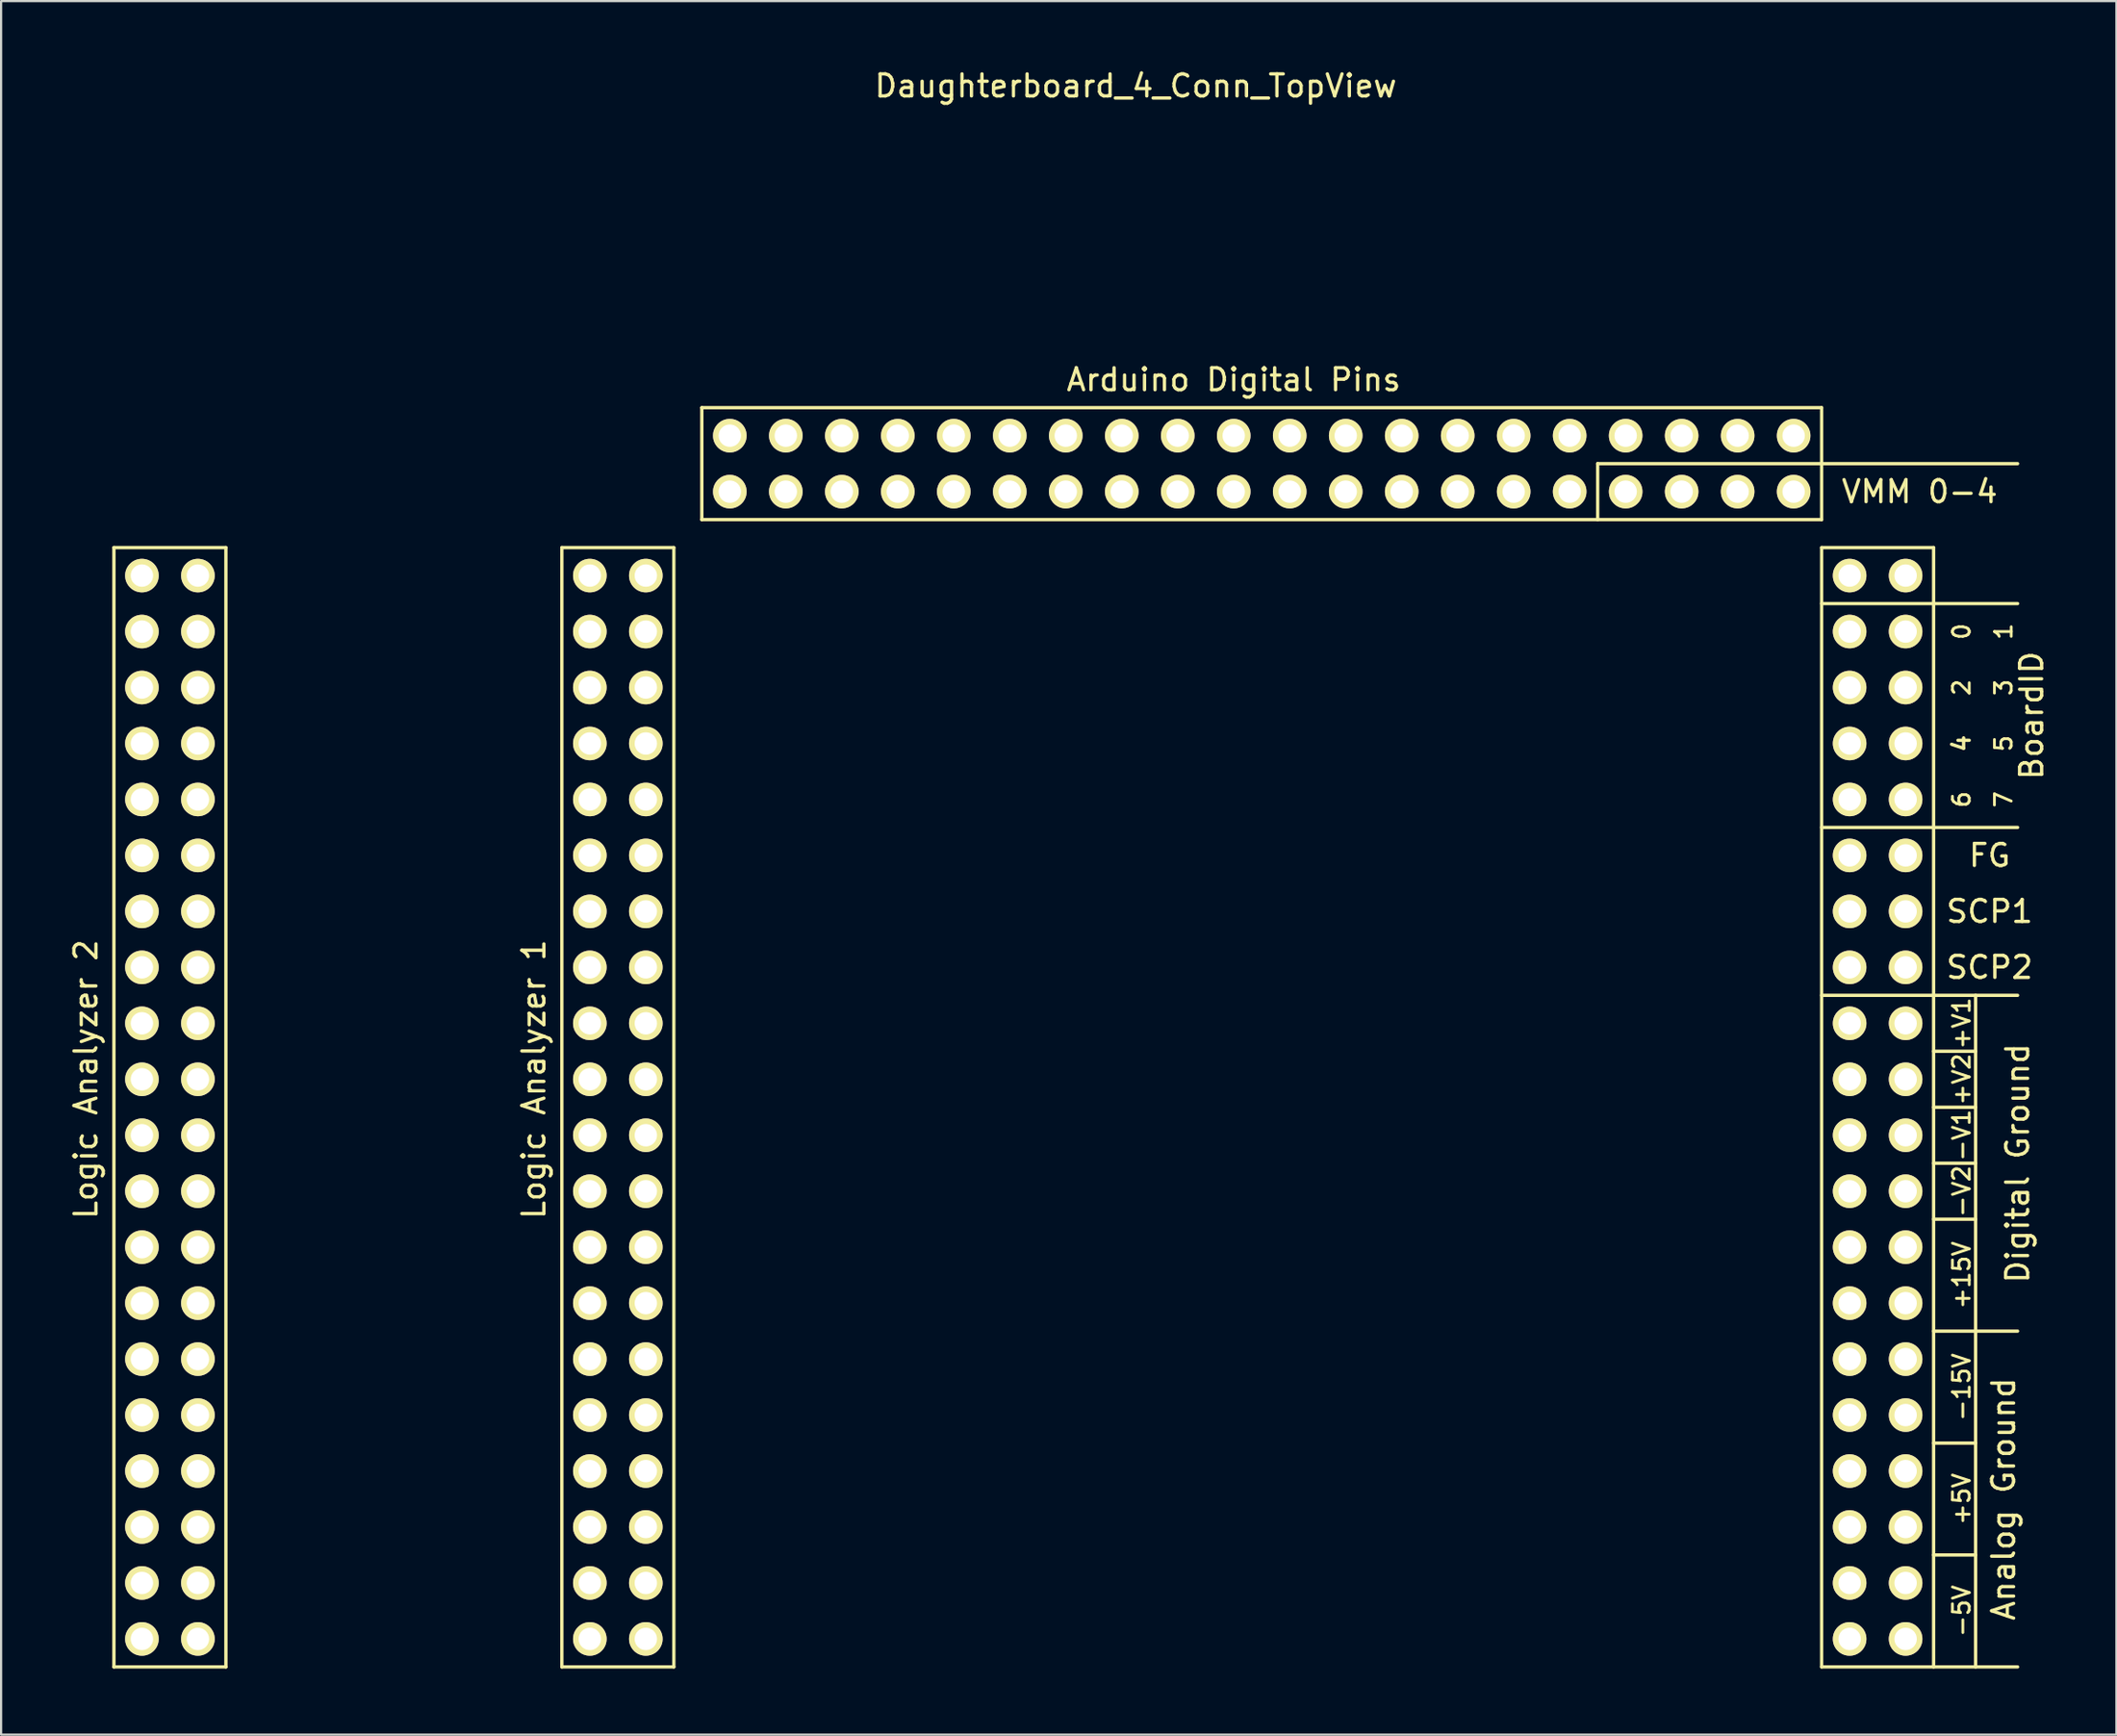
<source format=kicad_pcb>
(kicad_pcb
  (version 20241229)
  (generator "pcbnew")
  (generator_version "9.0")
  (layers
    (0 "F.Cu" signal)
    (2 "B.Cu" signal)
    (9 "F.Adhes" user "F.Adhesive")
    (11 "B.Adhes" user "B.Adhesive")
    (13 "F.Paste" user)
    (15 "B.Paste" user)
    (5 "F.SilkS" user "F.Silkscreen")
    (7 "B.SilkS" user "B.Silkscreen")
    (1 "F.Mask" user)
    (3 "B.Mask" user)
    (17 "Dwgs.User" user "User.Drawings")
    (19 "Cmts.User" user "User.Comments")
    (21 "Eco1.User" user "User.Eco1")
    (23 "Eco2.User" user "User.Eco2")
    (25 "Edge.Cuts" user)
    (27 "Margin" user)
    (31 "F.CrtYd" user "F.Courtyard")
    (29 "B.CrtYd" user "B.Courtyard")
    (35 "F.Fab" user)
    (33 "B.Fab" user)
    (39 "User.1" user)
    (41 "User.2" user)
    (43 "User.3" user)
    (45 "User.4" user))
  (footprint "Daughterboard_4_Conn_TopView"
    (layer "F.Cu")
    (at 84.668 15.453)
    (property "Reference" "Daughterboard_4_Conn_TopView" (at -36.195 -14.605 0) (layer "F.SilkS") (effects (font (size 1 1) (thickness 0.15))))
    (attr through_hole)
    (fp_line (start -82.55 6.35) (end -77.47 6.35) (stroke (width 0.15) (type solid)) (layer "F.SilkS"))
    (fp_line (start -82.55 57.15) (end -82.55 6.35) (stroke (width 0.15) (type solid)) (layer "F.SilkS"))
    (fp_line (start -77.47 6.35) (end -77.47 57.15) (stroke (width 0.15) (type solid)) (layer "F.SilkS"))
    (fp_line (start -77.47 57.15) (end -82.55 57.15) (stroke (width 0.15) (type solid)) (layer "F.SilkS"))
    (fp_line (start -62.23 6.35) (end -57.15 6.35) (stroke (width 0.15) (type solid)) (layer "F.SilkS"))
    (fp_line (start -62.23 57.15) (end -62.23 6.35) (stroke (width 0.15) (type solid)) (layer "F.SilkS"))
    (fp_line (start -57.15 6.35) (end -57.15 57.15) (stroke (width 0.15) (type solid)) (layer "F.SilkS"))
    (fp_line (start -57.15 57.15) (end -62.23 57.15) (stroke (width 0.15) (type solid)) (layer "F.SilkS"))
    (fp_line (start -55.88 0) (end -55.88 5.08) (stroke (width 0.15) (type solid)) (layer "F.SilkS"))
    (fp_line (start -55.88 5.08) (end -5.08 5.08) (stroke (width 0.15) (type solid)) (layer "F.SilkS"))
    (fp_line (start -15.24 2.54) (end -15.24 5.08) (stroke (width 0.15) (type solid)) (layer "F.SilkS"))
    (fp_line (start -15.24 2.54) (end 3.81 2.54) (stroke (width 0.15) (type solid)) (layer "F.SilkS"))
    (fp_line (start -5.08 0) (end -55.88 0) (stroke (width 0.15) (type solid)) (layer "F.SilkS"))
    (fp_line (start -5.08 5.08) (end -5.08 0) (stroke (width 0.15) (type solid)) (layer "F.SilkS"))
    (fp_line (start -5.08 6.35) (end 0 6.35) (stroke (width 0.15) (type solid)) (layer "F.SilkS"))
    (fp_line (start -5.08 8.89) (end 3.81 8.89) (stroke (width 0.15) (type solid)) (layer "F.SilkS"))
    (fp_line (start -5.08 19.05) (end 3.81 19.05) (stroke (width 0.15) (type solid)) (layer "F.SilkS"))
    (fp_line (start -5.08 26.67) (end 3.81 26.67) (stroke (width 0.15) (type solid)) (layer "F.SilkS"))
    (fp_line (start -5.08 57.15) (end -5.08 6.35) (stroke (width 0.15) (type solid)) (layer "F.SilkS"))
    (fp_line (start -5.08 57.15) (end 3.81 57.15) (stroke (width 0.15) (type solid)) (layer "F.SilkS"))
    (fp_line (start 0 6.35) (end 0 57.15) (stroke (width 0.15) (type solid)) (layer "F.SilkS"))
    (fp_line (start 0 29.21) (end 1.905 29.21) (stroke (width 0.15) (type solid)) (layer "F.SilkS"))
    (fp_line (start 0 31.75) (end 1.905 31.75) (stroke (width 0.15) (type solid)) (layer "F.SilkS"))
    (fp_line (start 0 34.29) (end 1.905 34.29) (stroke (width 0.15) (type solid)) (layer "F.SilkS"))
    (fp_line (start 0 36.83) (end 1.905 36.83) (stroke (width 0.15) (type solid)) (layer "F.SilkS"))
    (fp_line (start 0 41.91) (end 3.81 41.91) (stroke (width 0.15) (type solid)) (layer "F.SilkS"))
    (fp_line (start 0 46.99) (end 1.905 46.99) (stroke (width 0.15) (type solid)) (layer "F.SilkS"))
    (fp_line (start 0 52.07) (end 1.905 52.07) (stroke (width 0.15) (type solid)) (layer "F.SilkS"))
    (fp_line (start 1.905 26.67) (end 1.905 57.15) (stroke (width 0.15) (type solid)) (layer "F.SilkS"))
    (fp_text user "4" (at 1.27 15.24 90) (layer "F.SilkS") (effects (font (size 0.762 0.762) (thickness 0.15))))
    (fp_text user "-V1" (at 1.27 33.02 90) (layer "F.SilkS") (effects (font (size 0.762 0.762) (thickness 0.127))))
    (fp_text user "Analog Ground" (at 3.175 49.53 90) (layer "F.SilkS") (effects (font (size 1 1) (thickness 0.15))))
    (fp_text user "BoardID" (at 4.445 13.97 90) (layer "F.SilkS") (effects (font (size 1 1) (thickness 0.15))))
    (fp_text user "-5V" (at 1.27 54.61 90) (layer "F.SilkS") (effects (font (size 0.762 0.762) (thickness 0.127))))
    (fp_text user "2" (at 1.27 12.7 90) (layer "F.SilkS") (effects (font (size 0.762 0.762) (thickness 0.127))))
    (fp_text user "FG" (at 2.54 20.32 0) (layer "F.SilkS") (effects (font (size 1 1) (thickness 0.15))))
    (fp_text user "5" (at 3.175 15.24 90) (layer "F.SilkS") (effects (font (size 0.762 0.762) (thickness 0.127))))
    (fp_text user "VMM 0-4" (at -0.635 3.81 0) (layer "F.SilkS") (effects (font (size 1 1) (thickness 0.15))))
    (fp_text user "+15V" (at 1.27 39.37 90) (layer "F.SilkS") (effects (font (size 0.762 0.762) (thickness 0.127))))
    (fp_text user "SCP1" (at 2.54 22.86 0) (layer "F.SilkS") (effects (font (size 1 1) (thickness 0.15))))
    (fp_text user "3" (at 3.175 12.7 90) (layer "F.SilkS") (effects (font (size 0.762 0.762) (thickness 0.127))))
    (fp_text user "-V2" (at 1.27 35.56 90) (layer "F.SilkS") (effects (font (size 0.762 0.762) (thickness 0.127))))
    (fp_text user "Arduino Digital Pins" (at -31.75 -1.27 0) (layer "F.SilkS") (effects (font (size 1 1) (thickness 0.15))))
    (fp_text user "Logic Analyzer 1" (at -63.5 30.48 90) (layer "F.SilkS") (effects (font (size 1 1) (thickness 0.15))))
    (fp_text user "+V2" (at 1.27 30.48 90) (layer "F.SilkS") (effects (font (size 0.762 0.762) (thickness 0.127))))
    (fp_text user "+5V" (at 1.27 49.53 90) (layer "F.SilkS") (effects (font (size 0.762 0.762) (thickness 0.127))))
    (fp_text user "0" (at 1.27 10.16 90) (layer "F.SilkS") (effects (font (size 0.762 0.762) (thickness 0.127))))
    (fp_text user "Logic Analyzer 2" (at -83.82 30.48 90) (layer "F.SilkS") (effects (font (size 1 1) (thickness 0.15))))
    (fp_text user "SCP2" (at 2.54 25.4 0) (layer "F.SilkS") (effects (font (size 1 1) (thickness 0.15))))
    (fp_text user "+V1" (at 1.27 27.94 90) (layer "F.SilkS") (effects (font (size 0.762 0.762) (thickness 0.127))))
    (fp_text user "1" (at 3.175 10.16 90) (layer "F.SilkS") (effects (font (size 0.762 0.762) (thickness 0.127))))
    (fp_text user "Digital Ground" (at 3.81 34.29 90) (layer "F.SilkS") (effects (font (size 1 1) (thickness 0.15))))
    (fp_text user "7" (at 3.175 17.78 90) (layer "F.SilkS") (effects (font (size 0.762 0.762) (thickness 0.127))))
    (fp_text user "-15V" (at 1.27 44.45 90) (layer "F.SilkS") (effects (font (size 0.762 0.762) (thickness 0.127))))
    (fp_text user "6" (at 1.27 17.78 90) (layer "F.SilkS") (effects (font (size 0.762 0.762) (thickness 0.127))))
    (pad "1" thru_hole circle (at -3.81 7.62) (size 1.524 1.524) (drill 1.016) (layers "*.Cu" "*.Mask" "F.SilkS"))
    (pad "2" thru_hole circle (at -1.27 7.62) (size 1.524 1.524) (drill 1.016) (layers "*.Cu" "*.Mask" "F.SilkS"))
    (pad "3" thru_hole circle (at -3.81 10.16) (size 1.524 1.524) (drill 1.016) (layers "*.Cu" "*.Mask" "F.SilkS"))
    (pad "4" thru_hole circle (at -1.27 10.16) (size 1.524 1.524) (drill 1.016) (layers "*.Cu" "*.Mask" "F.SilkS"))
    (pad "5" thru_hole circle (at -3.81 12.7) (size 1.524 1.524) (drill 1.016) (layers "*.Cu" "*.Mask" "F.SilkS"))
    (pad "6" thru_hole circle (at -1.27 12.7) (size 1.524 1.524) (drill 1.016) (layers "*.Cu" "*.Mask" "F.SilkS"))
    (pad "7" thru_hole circle (at -3.81 15.24) (size 1.524 1.524) (drill 1.016) (layers "*.Cu" "*.Mask" "F.SilkS"))
    (pad "8" thru_hole circle (at -1.27 15.24) (size 1.524 1.524) (drill 1.016) (layers "*.Cu" "*.Mask" "F.SilkS"))
    (pad "9" thru_hole circle (at -3.81 17.78) (size 1.524 1.524) (drill 1.016) (layers "*.Cu" "*.Mask" "F.SilkS"))
    (pad "10" thru_hole circle (at -1.27 17.78) (size 1.524 1.524) (drill 1.016) (layers "*.Cu" "*.Mask" "F.SilkS"))
    (pad "11" thru_hole circle (at -3.81 20.32) (size 1.524 1.524) (drill 1.016) (layers "*.Cu" "*.Mask" "F.SilkS"))
    (pad "12" thru_hole circle (at -1.27 20.32) (size 1.524 1.524) (drill 1.016) (layers "*.Cu" "*.Mask" "F.SilkS"))
    (pad "13" thru_hole circle (at -3.81 22.86) (size 1.524 1.524) (drill 1.016) (layers "*.Cu" "*.Mask" "F.SilkS"))
    (pad "14" thru_hole circle (at -1.27 22.86) (size 1.524 1.524) (drill 1.016) (layers "*.Cu" "*.Mask" "F.SilkS"))
    (pad "15" thru_hole circle (at -3.81 25.4) (size 1.524 1.524) (drill 1.016) (layers "*.Cu" "*.Mask" "F.SilkS"))
    (pad "16" thru_hole circle (at -1.27 25.4) (size 1.524 1.524) (drill 1.016) (layers "*.Cu" "*.Mask" "F.SilkS"))
    (pad "17" thru_hole circle (at -3.81 27.94) (size 1.524 1.524) (drill 1.016) (layers "*.Cu" "*.Mask" "F.SilkS"))
    (pad "18" thru_hole circle (at -1.27 27.94) (size 1.524 1.524) (drill 1.016) (layers "*.Cu" "*.Mask" "F.SilkS"))
    (pad "19" thru_hole circle (at -3.81 30.48) (size 1.524 1.524) (drill 1.016) (layers "*.Cu" "*.Mask" "F.SilkS"))
    (pad "20" thru_hole circle (at -1.27 30.48) (size 1.524 1.524) (drill 1.016) (layers "*.Cu" "*.Mask" "F.SilkS"))
    (pad "21" thru_hole circle (at -3.81 33.02) (size 1.524 1.524) (drill 1.016) (layers "*.Cu" "*.Mask" "F.SilkS"))
    (pad "22" thru_hole circle (at -1.27 33.02) (size 1.524 1.524) (drill 1.016) (layers "*.Cu" "*.Mask" "F.SilkS"))
    (pad "23" thru_hole circle (at -3.81 35.56) (size 1.524 1.524) (drill 1.016) (layers "*.Cu" "*.Mask" "F.SilkS"))
    (pad "24" thru_hole circle (at -1.27 35.56) (size 1.524 1.524) (drill 1.016) (layers "*.Cu" "*.Mask" "F.SilkS"))
    (pad "25" thru_hole circle (at -3.81 38.1) (size 1.524 1.524) (drill 1.016) (layers "*.Cu" "*.Mask" "F.SilkS"))
    (pad "26" thru_hole circle (at -1.27 38.1) (size 1.524 1.524) (drill 1.016) (layers "*.Cu" "*.Mask" "F.SilkS"))
    (pad "27" thru_hole circle (at -3.81 40.64) (size 1.524 1.524) (drill 1.016) (layers "*.Cu" "*.Mask" "F.SilkS"))
    (pad "28" thru_hole circle (at -1.27 40.64) (size 1.524 1.524) (drill 1.016) (layers "*.Cu" "*.Mask" "F.SilkS"))
    (pad "29" thru_hole circle (at -3.81 43.18) (size 1.524 1.524) (drill 1.016) (layers "*.Cu" "*.Mask" "F.SilkS"))
    (pad "30" thru_hole circle (at -1.27 43.18) (size 1.524 1.524) (drill 1.016) (layers "*.Cu" "*.Mask" "F.SilkS"))
    (pad "31" thru_hole circle (at -3.81 45.72) (size 1.524 1.524) (drill 1.016) (layers "*.Cu" "*.Mask" "F.SilkS"))
    (pad "32" thru_hole circle (at -1.27 45.72) (size 1.524 1.524) (drill 1.016) (layers "*.Cu" "*.Mask" "F.SilkS"))
    (pad "33" thru_hole circle (at -3.81 48.26) (size 1.524 1.524) (drill 1.016) (layers "*.Cu" "*.Mask" "F.SilkS"))
    (pad "34" thru_hole circle (at -1.27 48.26) (size 1.524 1.524) (drill 1.016) (layers "*.Cu" "*.Mask" "F.SilkS"))
    (pad "35" thru_hole circle (at -3.81 50.8) (size 1.524 1.524) (drill 1.016) (layers "*.Cu" "*.Mask" "F.SilkS"))
    (pad "36" thru_hole circle (at -1.27 50.8) (size 1.524 1.524) (drill 1.016) (layers "*.Cu" "*.Mask" "F.SilkS"))
    (pad "37" thru_hole circle (at -3.81 53.34) (size 1.524 1.524) (drill 1.016) (layers "*.Cu" "*.Mask" "F.SilkS"))
    (pad "38" thru_hole circle (at -1.27 53.34) (size 1.524 1.524) (drill 1.016) (layers "*.Cu" "*.Mask" "F.SilkS"))
    (pad "39" thru_hole circle (at -3.81 55.88) (size 1.524 1.524) (drill 1.016) (layers "*.Cu" "*.Mask" "F.SilkS"))
    (pad "40" thru_hole circle (at -1.27 55.88) (size 1.524 1.524) (drill 1.016) (layers "*.Cu" "*.Mask" "F.SilkS"))
    (pad "41" thru_hole circle (at -54.61 3.81) (size 1.524 1.524) (drill 1.016) (layers "*.Cu" "*.Mask" "F.SilkS"))
    (pad "42" thru_hole circle (at -54.61 1.27) (size 1.524 1.524) (drill 1.016) (layers "*.Cu" "*.Mask" "F.SilkS"))
    (pad "43" thru_hole circle (at -52.07 3.81) (size 1.524 1.524) (drill 1.016) (layers "*.Cu" "*.Mask" "F.SilkS"))
    (pad "44" thru_hole circle (at -52.07 1.27) (size 1.524 1.524) (drill 1.016) (layers "*.Cu" "*.Mask" "F.SilkS"))
    (pad "45" thru_hole circle (at -49.53 3.81) (size 1.524 1.524) (drill 1.016) (layers "*.Cu" "*.Mask" "F.SilkS"))
    (pad "46" thru_hole circle (at -49.53 1.27) (size 1.524 1.524) (drill 1.016) (layers "*.Cu" "*.Mask" "F.SilkS"))
    (pad "47" thru_hole circle (at -46.99 3.81) (size 1.524 1.524) (drill 1.016) (layers "*.Cu" "*.Mask" "F.SilkS"))
    (pad "48" thru_hole circle (at -46.99 1.27) (size 1.524 1.524) (drill 1.016) (layers "*.Cu" "*.Mask" "F.SilkS"))
    (pad "49" thru_hole circle (at -44.45 3.81) (size 1.524 1.524) (drill 1.016) (layers "*.Cu" "*.Mask" "F.SilkS"))
    (pad "50" thru_hole circle (at -44.45 1.27) (size 1.524 1.524) (drill 1.016) (layers "*.Cu" "*.Mask" "F.SilkS"))
    (pad "51" thru_hole circle (at -41.91 3.81) (size 1.524 1.524) (drill 1.016) (layers "*.Cu" "*.Mask" "F.SilkS"))
    (pad "52" thru_hole circle (at -41.91 1.27) (size 1.524 1.524) (drill 1.016) (layers "*.Cu" "*.Mask" "F.SilkS"))
    (pad "53" thru_hole circle (at -39.37 3.81) (size 1.524 1.524) (drill 1.016) (layers "*.Cu" "*.Mask" "F.SilkS"))
    (pad "54" thru_hole circle (at -39.37 1.27) (size 1.524 1.524) (drill 1.016) (layers "*.Cu" "*.Mask" "F.SilkS"))
    (pad "55" thru_hole circle (at -36.83 3.81) (size 1.524 1.524) (drill 1.016) (layers "*.Cu" "*.Mask" "F.SilkS"))
    (pad "56" thru_hole circle (at -36.83 1.27) (size 1.524 1.524) (drill 1.016) (layers "*.Cu" "*.Mask" "F.SilkS"))
    (pad "57" thru_hole circle (at -34.29 3.81) (size 1.524 1.524) (drill 1.016) (layers "*.Cu" "*.Mask" "F.SilkS"))
    (pad "58" thru_hole circle (at -34.29 1.27) (size 1.524 1.524) (drill 1.016) (layers "*.Cu" "*.Mask" "F.SilkS"))
    (pad "59" thru_hole circle (at -31.75 3.81) (size 1.524 1.524) (drill 1.016) (layers "*.Cu" "*.Mask" "F.SilkS"))
    (pad "60" thru_hole circle (at -31.75 1.27) (size 1.524 1.524) (drill 1.016) (layers "*.Cu" "*.Mask" "F.SilkS"))
    (pad "61" thru_hole circle (at -29.21 3.81) (size 1.524 1.524) (drill 1.016) (layers "*.Cu" "*.Mask" "F.SilkS"))
    (pad "62" thru_hole circle (at -29.21 1.27) (size 1.524 1.524) (drill 1.016) (layers "*.Cu" "*.Mask" "F.SilkS"))
    (pad "63" thru_hole circle (at -26.67 3.81) (size 1.524 1.524) (drill 1.016) (layers "*.Cu" "*.Mask" "F.SilkS"))
    (pad "64" thru_hole circle (at -26.67 1.27) (size 1.524 1.524) (drill 1.016) (layers "*.Cu" "*.Mask" "F.SilkS"))
    (pad "65" thru_hole circle (at -24.13 3.81) (size 1.524 1.524) (drill 1.016) (layers "*.Cu" "*.Mask" "F.SilkS"))
    (pad "66" thru_hole circle (at -24.13 1.27) (size 1.524 1.524) (drill 1.016) (layers "*.Cu" "*.Mask" "F.SilkS"))
    (pad "67" thru_hole circle (at -21.59 3.81) (size 1.524 1.524) (drill 1.016) (layers "*.Cu" "*.Mask" "F.SilkS"))
    (pad "68" thru_hole circle (at -21.59 1.27) (size 1.524 1.524) (drill 1.016) (layers "*.Cu" "*.Mask" "F.SilkS"))
    (pad "69" thru_hole circle (at -19.05 3.81) (size 1.524 1.524) (drill 1.016) (layers "*.Cu" "*.Mask" "F.SilkS"))
    (pad "70" thru_hole circle (at -19.05 1.27) (size 1.524 1.524) (drill 1.016) (layers "*.Cu" "*.Mask" "F.SilkS"))
    (pad "71" thru_hole circle (at -16.51 3.81) (size 1.524 1.524) (drill 1.016) (layers "*.Cu" "*.Mask" "F.SilkS"))
    (pad "72" thru_hole circle (at -16.51 1.27) (size 1.524 1.524) (drill 1.016) (layers "*.Cu" "*.Mask" "F.SilkS"))
    (pad "73" thru_hole circle (at -13.97 3.81) (size 1.524 1.524) (drill 1.016) (layers "*.Cu" "*.Mask" "F.SilkS"))
    (pad "74" thru_hole circle (at -13.97 1.27) (size 1.524 1.524) (drill 1.016) (layers "*.Cu" "*.Mask" "F.SilkS"))
    (pad "75" thru_hole circle (at -11.43 3.81) (size 1.524 1.524) (drill 1.016) (layers "*.Cu" "*.Mask" "F.SilkS"))
    (pad "76" thru_hole circle (at -11.43 1.27) (size 1.524 1.524) (drill 1.016) (layers "*.Cu" "*.Mask" "F.SilkS"))
    (pad "77" thru_hole circle (at -8.89 3.81) (size 1.524 1.524) (drill 1.016) (layers "*.Cu" "*.Mask" "F.SilkS"))
    (pad "78" thru_hole circle (at -8.89 1.27) (size 1.524 1.524) (drill 1.016) (layers "*.Cu" "*.Mask" "F.SilkS"))
    (pad "79" thru_hole circle (at -6.35 3.81) (size 1.524 1.524) (drill 1.016) (layers "*.Cu" "*.Mask" "F.SilkS"))
    (pad "80" thru_hole circle (at -6.35 1.27) (size 1.524 1.524) (drill 1.016) (layers "*.Cu" "*.Mask" "F.SilkS"))
    (pad "81" thru_hole circle (at -60.96 7.62) (size 1.524 1.524) (drill 1.016) (layers "*.Cu" "*.Mask" "F.SilkS"))
    (pad "82" thru_hole circle (at -58.42 7.62) (size 1.524 1.524) (drill 1.016) (layers "*.Cu" "*.Mask" "F.SilkS"))
    (pad "83" thru_hole circle (at -60.96 10.16) (size 1.524 1.524) (drill 1.016) (layers "*.Cu" "*.Mask" "F.SilkS"))
    (pad "84" thru_hole circle (at -58.42 10.16) (size 1.524 1.524) (drill 1.016) (layers "*.Cu" "*.Mask" "F.SilkS"))
    (pad "85" thru_hole circle (at -60.96 12.7) (size 1.524 1.524) (drill 1.016) (layers "*.Cu" "*.Mask" "F.SilkS"))
    (pad "86" thru_hole circle (at -58.42 12.7) (size 1.524 1.524) (drill 1.016) (layers "*.Cu" "*.Mask" "F.SilkS"))
    (pad "87" thru_hole circle (at -60.96 15.24) (size 1.524 1.524) (drill 1.016) (layers "*.Cu" "*.Mask" "F.SilkS"))
    (pad "88" thru_hole circle (at -58.42 15.24) (size 1.524 1.524) (drill 1.016) (layers "*.Cu" "*.Mask" "F.SilkS"))
    (pad "89" thru_hole circle (at -60.96 17.78) (size 1.524 1.524) (drill 1.016) (layers "*.Cu" "*.Mask" "F.SilkS"))
    (pad "90" thru_hole circle (at -58.42 17.78) (size 1.524 1.524) (drill 1.016) (layers "*.Cu" "*.Mask" "F.SilkS"))
    (pad "91" thru_hole circle (at -60.96 20.32) (size 1.524 1.524) (drill 1.016) (layers "*.Cu" "*.Mask" "F.SilkS"))
    (pad "92" thru_hole circle (at -58.42 20.32) (size 1.524 1.524) (drill 1.016) (layers "*.Cu" "*.Mask" "F.SilkS"))
    (pad "93" thru_hole circle (at -60.96 22.86) (size 1.524 1.524) (drill 1.016) (layers "*.Cu" "*.Mask" "F.SilkS"))
    (pad "94" thru_hole circle (at -58.42 22.86) (size 1.524 1.524) (drill 1.016) (layers "*.Cu" "*.Mask" "F.SilkS"))
    (pad "95" thru_hole circle (at -60.96 25.4) (size 1.524 1.524) (drill 1.016) (layers "*.Cu" "*.Mask" "F.SilkS"))
    (pad "96" thru_hole circle (at -58.42 25.4) (size 1.524 1.524) (drill 1.016) (layers "*.Cu" "*.Mask" "F.SilkS"))
    (pad "97" thru_hole circle (at -60.96 27.94) (size 1.524 1.524) (drill 1.016) (layers "*.Cu" "*.Mask" "F.SilkS"))
    (pad "98" thru_hole circle (at -58.42 27.94) (size 1.524 1.524) (drill 1.016) (layers "*.Cu" "*.Mask" "F.SilkS"))
    (pad "99" thru_hole circle (at -60.96 30.48) (size 1.524 1.524) (drill 1.016) (layers "*.Cu" "*.Mask" "F.SilkS"))
    (pad "100" thru_hole circle (at -58.42 30.48) (size 1.524 1.524) (drill 1.016) (layers "*.Cu" "*.Mask" "F.SilkS"))
    (pad "101" thru_hole circle (at -60.96 33.02) (size 1.524 1.524) (drill 1.016) (layers "*.Cu" "*.Mask" "F.SilkS"))
    (pad "102" thru_hole circle (at -58.42 33.02) (size 1.524 1.524) (drill 1.016) (layers "*.Cu" "*.Mask" "F.SilkS"))
    (pad "103" thru_hole circle (at -60.96 35.56) (size 1.524 1.524) (drill 1.016) (layers "*.Cu" "*.Mask" "F.SilkS"))
    (pad "104" thru_hole circle (at -58.42 35.56) (size 1.524 1.524) (drill 1.016) (layers "*.Cu" "*.Mask" "F.SilkS"))
    (pad "105" thru_hole circle (at -60.96 38.1) (size 1.524 1.524) (drill 1.016) (layers "*.Cu" "*.Mask" "F.SilkS"))
    (pad "106" thru_hole circle (at -58.42 38.1) (size 1.524 1.524) (drill 1.016) (layers "*.Cu" "*.Mask" "F.SilkS"))
    (pad "107" thru_hole circle (at -60.96 40.64) (size 1.524 1.524) (drill 1.016) (layers "*.Cu" "*.Mask" "F.SilkS"))
    (pad "108" thru_hole circle (at -58.42 40.64) (size 1.524 1.524) (drill 1.016) (layers "*.Cu" "*.Mask" "F.SilkS"))
    (pad "109" thru_hole circle (at -60.96 43.18) (size 1.524 1.524) (drill 1.016) (layers "*.Cu" "*.Mask" "F.SilkS"))
    (pad "110" thru_hole circle (at -58.42 43.18) (size 1.524 1.524) (drill 1.016) (layers "*.Cu" "*.Mask" "F.SilkS"))
    (pad "111" thru_hole circle (at -60.96 45.72) (size 1.524 1.524) (drill 1.016) (layers "*.Cu" "*.Mask" "F.SilkS"))
    (pad "112" thru_hole circle (at -58.42 45.72) (size 1.524 1.524) (drill 1.016) (layers "*.Cu" "*.Mask" "F.SilkS"))
    (pad "113" thru_hole circle (at -60.96 48.26) (size 1.524 1.524) (drill 1.016) (layers "*.Cu" "*.Mask" "F.SilkS"))
    (pad "114" thru_hole circle (at -58.42 48.26) (size 1.524 1.524) (drill 1.016) (layers "*.Cu" "*.Mask" "F.SilkS"))
    (pad "115" thru_hole circle (at -60.96 50.8) (size 1.524 1.524) (drill 1.016) (layers "*.Cu" "*.Mask" "F.SilkS"))
    (pad "116" thru_hole circle (at -58.42 50.8) (size 1.524 1.524) (drill 1.016) (layers "*.Cu" "*.Mask" "F.SilkS"))
    (pad "117" thru_hole circle (at -60.96 53.34) (size 1.524 1.524) (drill 1.016) (layers "*.Cu" "*.Mask" "F.SilkS"))
    (pad "118" thru_hole circle (at -58.42 53.34) (size 1.524 1.524) (drill 1.016) (layers "*.Cu" "*.Mask" "F.SilkS"))
    (pad "119" thru_hole circle (at -60.96 55.88) (size 1.524 1.524) (drill 1.016) (layers "*.Cu" "*.Mask" "F.SilkS"))
    (pad "120" thru_hole circle (at -58.42 55.88) (size 1.524 1.524) (drill 1.016) (layers "*.Cu" "*.Mask" "F.SilkS"))
    (pad "121" thru_hole circle (at -81.28 7.62 270) (size 1.524 1.524) (drill 1.016) (layers "*.Cu" "*.Mask" "F.SilkS"))
    (pad "122" thru_hole circle (at -78.74 7.62 270) (size 1.524 1.524) (drill 1.016) (layers "*.Cu" "*.Mask" "F.SilkS"))
    (pad "123" thru_hole circle (at -81.28 10.16 270) (size 1.524 1.524) (drill 1.016) (layers "*.Cu" "*.Mask" "F.SilkS"))
    (pad "124" thru_hole circle (at -78.74 10.16 270) (size 1.524 1.524) (drill 1.016) (layers "*.Cu" "*.Mask" "F.SilkS"))
    (pad "125" thru_hole circle (at -81.28 12.7 270) (size 1.524 1.524) (drill 1.016) (layers "*.Cu" "*.Mask" "F.SilkS"))
    (pad "126" thru_hole circle (at -78.74 12.7 270) (size 1.524 1.524) (drill 1.016) (layers "*.Cu" "*.Mask" "F.SilkS"))
    (pad "127" thru_hole circle (at -81.28 15.24 270) (size 1.524 1.524) (drill 1.016) (layers "*.Cu" "*.Mask" "F.SilkS"))
    (pad "128" thru_hole circle (at -78.74 15.24 270) (size 1.524 1.524) (drill 1.016) (layers "*.Cu" "*.Mask" "F.SilkS"))
    (pad "129" thru_hole circle (at -81.28 17.78 270) (size 1.524 1.524) (drill 1.016) (layers "*.Cu" "*.Mask" "F.SilkS"))
    (pad "130" thru_hole circle (at -78.74 17.78 270) (size 1.524 1.524) (drill 1.016) (layers "*.Cu" "*.Mask" "F.SilkS"))
    (pad "131" thru_hole circle (at -81.28 20.32 270) (size 1.524 1.524) (drill 1.016) (layers "*.Cu" "*.Mask" "F.SilkS"))
    (pad "132" thru_hole circle (at -78.74 20.32 270) (size 1.524 1.524) (drill 1.016) (layers "*.Cu" "*.Mask" "F.SilkS"))
    (pad "133" thru_hole circle (at -81.28 22.86 270) (size 1.524 1.524) (drill 1.016) (layers "*.Cu" "*.Mask" "F.SilkS"))
    (pad "134" thru_hole circle (at -78.74 22.86 270) (size 1.524 1.524) (drill 1.016) (layers "*.Cu" "*.Mask" "F.SilkS"))
    (pad "135" thru_hole circle (at -81.28 25.4 270) (size 1.524 1.524) (drill 1.016) (layers "*.Cu" "*.Mask" "F.SilkS"))
    (pad "136" thru_hole circle (at -78.74 25.4 270) (size 1.524 1.524) (drill 1.016) (layers "*.Cu" "*.Mask" "F.SilkS"))
    (pad "137" thru_hole circle (at -81.28 27.94 270) (size 1.524 1.524) (drill 1.016) (layers "*.Cu" "*.Mask" "F.SilkS"))
    (pad "138" thru_hole circle (at -78.74 27.94 270) (size 1.524 1.524) (drill 1.016) (layers "*.Cu" "*.Mask" "F.SilkS"))
    (pad "139" thru_hole circle (at -81.28 30.48 270) (size 1.524 1.524) (drill 1.016) (layers "*.Cu" "*.Mask" "F.SilkS"))
    (pad "140" thru_hole circle (at -78.74 30.48 270) (size 1.524 1.524) (drill 1.016) (layers "*.Cu" "*.Mask" "F.SilkS"))
    (pad "141" thru_hole circle (at -81.28 33.02 270) (size 1.524 1.524) (drill 1.016) (layers "*.Cu" "*.Mask" "F.SilkS"))
    (pad "142" thru_hole circle (at -78.74 33.02 270) (size 1.524 1.524) (drill 1.016) (layers "*.Cu" "*.Mask" "F.SilkS"))
    (pad "143" thru_hole circle (at -81.28 35.56 270) (size 1.524 1.524) (drill 1.016) (layers "*.Cu" "*.Mask" "F.SilkS"))
    (pad "144" thru_hole circle (at -78.74 35.56 270) (size 1.524 1.524) (drill 1.016) (layers "*.Cu" "*.Mask" "F.SilkS"))
    (pad "145" thru_hole circle (at -81.28 38.1 270) (size 1.524 1.524) (drill 1.016) (layers "*.Cu" "*.Mask" "F.SilkS"))
    (pad "146" thru_hole circle (at -78.74 38.1 270) (size 1.524 1.524) (drill 1.016) (layers "*.Cu" "*.Mask" "F.SilkS"))
    (pad "147" thru_hole circle (at -81.28 40.64 270) (size 1.524 1.524) (drill 1.016) (layers "*.Cu" "*.Mask" "F.SilkS"))
    (pad "148" thru_hole circle (at -78.74 40.64 270) (size 1.524 1.524) (drill 1.016) (layers "*.Cu" "*.Mask" "F.SilkS"))
    (pad "149" thru_hole circle (at -81.28 43.18 270) (size 1.524 1.524) (drill 1.016) (layers "*.Cu" "*.Mask" "F.SilkS"))
    (pad "150" thru_hole circle (at -78.74 43.18 270) (size 1.524 1.524) (drill 1.016) (layers "*.Cu" "*.Mask" "F.SilkS"))
    (pad "151" thru_hole circle (at -81.28 45.72 270) (size 1.524 1.524) (drill 1.016) (layers "*.Cu" "*.Mask" "F.SilkS"))
    (pad "152" thru_hole circle (at -78.74 45.72 270) (size 1.524 1.524) (drill 1.016) (layers "*.Cu" "*.Mask" "F.SilkS"))
    (pad "153" thru_hole circle (at -81.28 48.26 270) (size 1.524 1.524) (drill 1.016) (layers "*.Cu" "*.Mask" "F.SilkS"))
    (pad "154" thru_hole circle (at -78.74 48.26 270) (size 1.524 1.524) (drill 1.016) (layers "*.Cu" "*.Mask" "F.SilkS"))
    (pad "155" thru_hole circle (at -81.28 50.8 270) (size 1.524 1.524) (drill 1.016) (layers "*.Cu" "*.Mask" "F.SilkS"))
    (pad "156" thru_hole circle (at -78.74 50.8 270) (size 1.524 1.524) (drill 1.016) (layers "*.Cu" "*.Mask" "F.SilkS"))
    (pad "157" thru_hole circle (at -81.28 53.34 270) (size 1.524 1.524) (drill 1.016) (layers "*.Cu" "*.Mask" "F.SilkS"))
    (pad "158" thru_hole circle (at -78.74 53.34 270) (size 1.524 1.524) (drill 1.016) (layers "*.Cu" "*.Mask" "F.SilkS"))
    (pad "159" thru_hole circle (at -81.28 55.88 270) (size 1.524 1.524) (drill 1.016) (layers "*.Cu" "*.Mask" "F.SilkS"))
    (pad "160" thru_hole circle (at -78.74 55.88 270) (size 1.524 1.524) (drill 1.016) (layers "*.Cu" "*.Mask" "F.SilkS")))
  (gr_rect
    (start -3 -3)
    (end 92.962 75.678)
    (stroke (width 0.1) (type default))
    (fill no)
    (layer "Edge.Cuts")))
</source>
